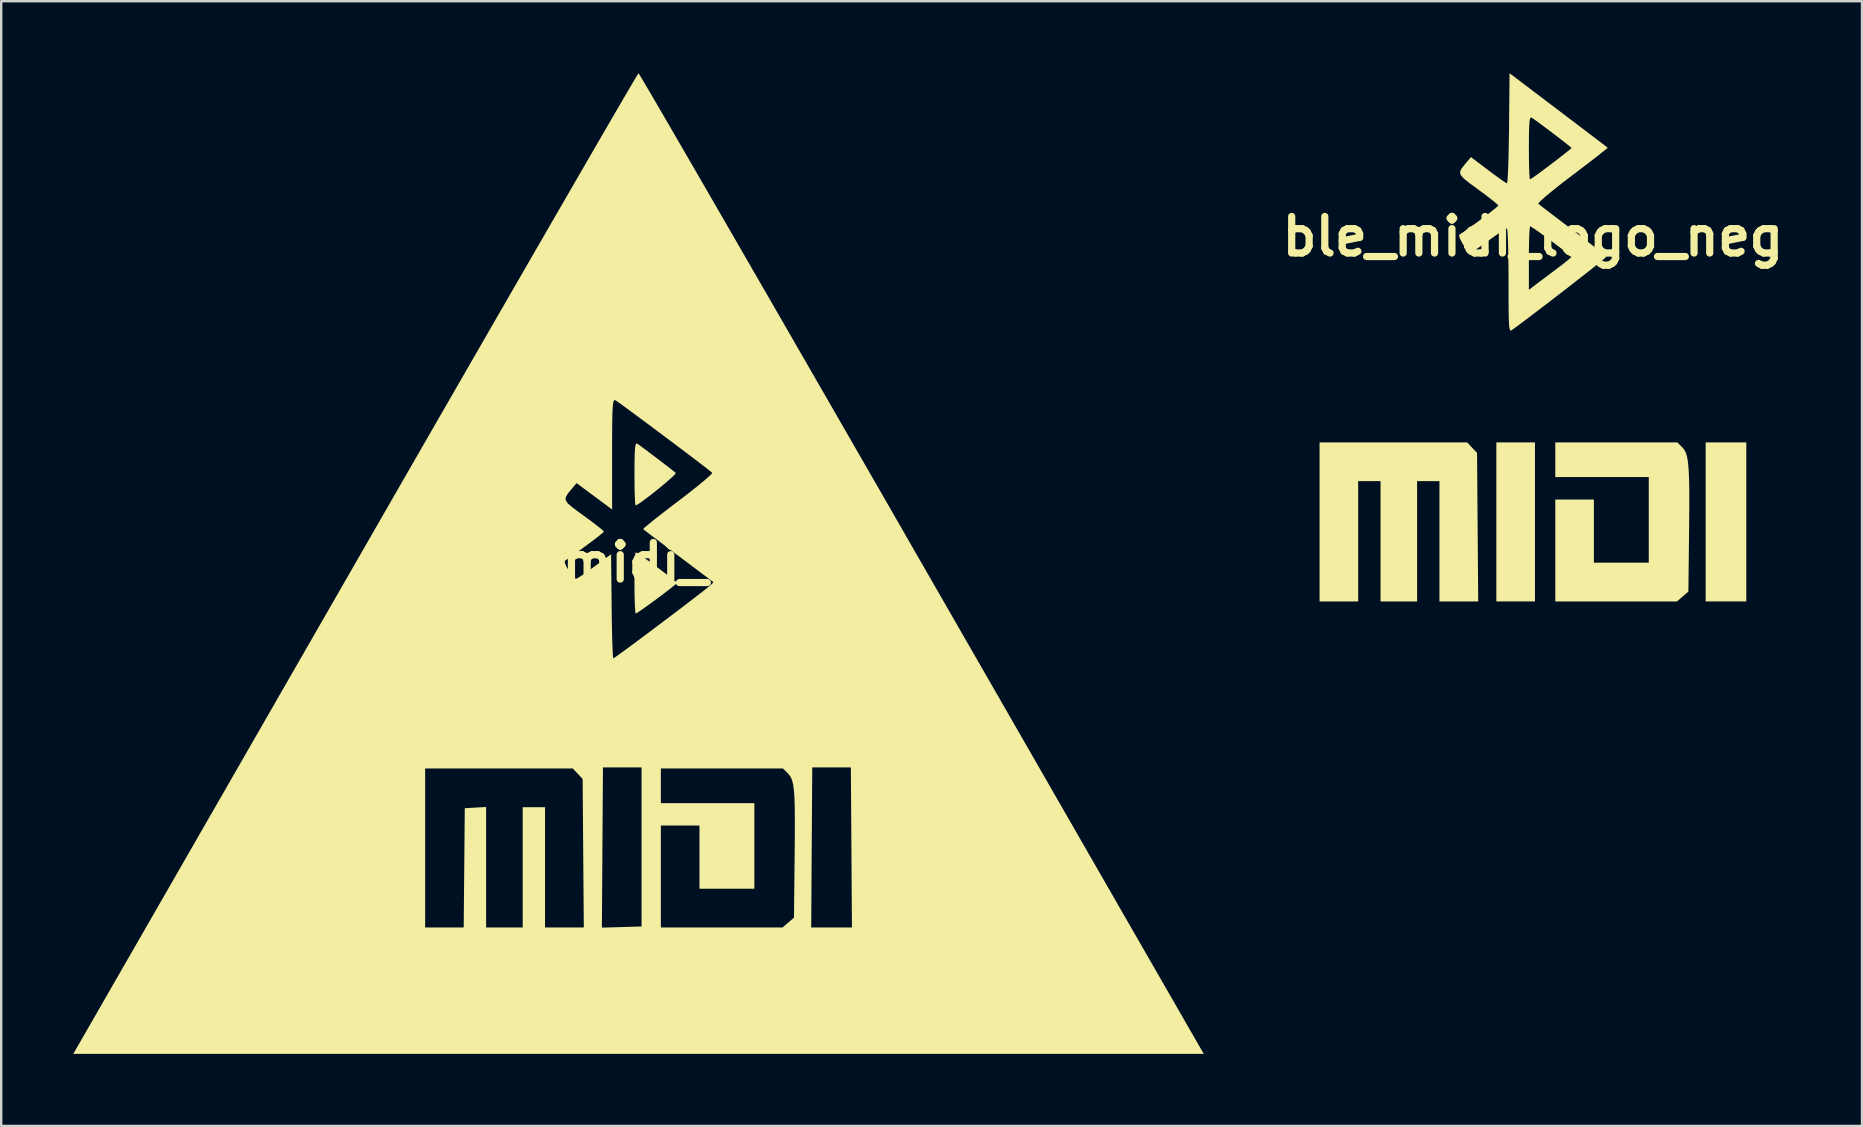
<source format=kicad_pcb>
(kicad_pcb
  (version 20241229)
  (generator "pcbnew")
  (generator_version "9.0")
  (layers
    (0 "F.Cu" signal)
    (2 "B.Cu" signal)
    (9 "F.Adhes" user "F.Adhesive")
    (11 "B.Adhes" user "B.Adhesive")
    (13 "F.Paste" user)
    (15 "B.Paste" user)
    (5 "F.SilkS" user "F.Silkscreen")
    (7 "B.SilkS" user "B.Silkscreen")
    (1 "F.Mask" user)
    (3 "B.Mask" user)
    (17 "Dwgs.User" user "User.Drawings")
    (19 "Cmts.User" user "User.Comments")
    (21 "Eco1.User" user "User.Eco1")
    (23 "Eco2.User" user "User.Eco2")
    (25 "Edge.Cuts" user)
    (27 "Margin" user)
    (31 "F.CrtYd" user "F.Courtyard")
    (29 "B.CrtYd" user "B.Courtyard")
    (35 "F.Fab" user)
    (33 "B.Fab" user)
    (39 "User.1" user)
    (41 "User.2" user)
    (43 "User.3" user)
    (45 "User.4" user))
  (footprint "ble_midi_logo"
    (layer "F.Cu")
    (at 23.554 20.388)
    (property "Reference" "ble_midi_logo" (at 0 0 0) (layer "F.SilkS") (effects (font (size 1.524 1.524) (thickness 0.3))))
    (attr board_only exclude_from_pos_files exclude_from_bom)
    (fp_poly (pts (xy -0.064 -4.96) (xy 0.037 -4.89) (xy 0.237 -4.742) (xy 0.502 -4.544) (xy 0.796 -4.321) (xy 1.084 -4.101) (xy 1.332 -3.909) (xy 1.505 -3.773) (xy 1.553 -3.733) (xy 1.512 -3.668) (xy 1.364 -3.525) (xy 1.14 -3.329) (xy 0.87 -3.104) (xy 0.584 -2.874) (xy 0.31 -2.664) (xy 0.08 -2.496) (xy -0.077 -2.396) (xy -0.123 -2.379) (xy -0.139 -2.459) (xy -0.152 -2.68) (xy -0.163 -3.013) (xy -0.168 -3.43) (xy -0.169 -3.7) (xy -0.166 -4.217) (xy -0.157 -4.583) (xy -0.139 -4.817) (xy -0.111 -4.938) (xy -0.072 -4.964)) (stroke (width 0) (type solid)) (fill yes) (layer "F.SilkS"))
    (fp_poly (pts (xy -0.029 -0.377) (xy 0.158 -0.251) (xy 0.413 -0.07) (xy 0.704 0.142) (xy 0.999 0.363) (xy 1.266 0.567) (xy 1.474 0.731) (xy 1.589 0.831) (xy 1.603 0.849) (xy 1.539 0.914) (xy 1.369 1.052) (xy 1.124 1.241) (xy 0.838 1.457) (xy 0.541 1.676) (xy 0.266 1.874) (xy 0.044 2.028) (xy -0.091 2.114) (xy -0.116 2.124) (xy -0.134 2.044) (xy -0.15 1.823) (xy -0.162 1.491) (xy -0.168 1.078) (xy -0.169 0.849) (xy -0.166 0.406) (xy -0.157 0.03) (xy -0.143 -0.25) (xy -0.125 -0.404) (xy -0.116 -0.425)) (stroke (width 0) (type solid)) (fill yes) (layer "F.SilkS"))
    (fp_poly (pts (xy 0.047 -20.315) (xy 0.175 -20.101) (xy 0.381 -19.752) (xy 0.661 -19.274) (xy 1.012 -18.672) (xy 1.43 -17.952) (xy 1.912 -17.121) (xy 2.454 -16.185) (xy 3.053 -15.149) (xy 3.706 -14.019) (xy 4.409 -12.802) (xy 5.159 -11.503) (xy 5.952 -10.128) (xy 6.784 -8.684) (xy 7.653 -7.176) (xy 8.555 -5.609) (xy 9.486 -3.991) (xy 10.444 -2.327) (xy 11.423 -0.623) (xy 11.647 -0.234) (xy 12.633 1.482) (xy 13.598 3.161) (xy 14.539 4.797) (xy 15.451 6.384) (xy 16.332 7.916) (xy 17.177 9.387) (xy 17.984 10.79) (xy 18.749 12.121) (xy 19.468 13.372) (xy 20.138 14.538) (xy 20.756 15.612) (xy 21.318 16.589) (xy 21.82 17.463) (xy 22.259 18.226) (xy 22.632 18.874) (xy 22.935 19.401) (xy 23.164 19.8) (xy 23.316 20.064) (xy 23.388 20.189) (xy 23.393 20.197) (xy 23.554 20.473) (xy -23.554 20.473) (xy -23.393 20.197) (xy -23.337 20.101) (xy -23.201 19.863) (xy -22.986 19.491) (xy -22.698 18.989) (xy -22.339 18.365) (xy -21.913 17.623) (xy -21.423 16.771) (xy -20.873 15.815) (xy -20.526 15.212) (xy -1.526 15.212) (xy -1.316 15.206) (xy 0.931 15.206) (xy 6.002 15.206) (xy 7.195 15.206) (xy 8.892 15.206) (xy 8.848 8.537) (xy 7.239 8.537) (xy 7.217 11.872) (xy 7.195 15.206) (xy 6.002 15.206) (xy 6.239 15.001) (xy 6.477 14.796) (xy 6.504 12.261) (xy 6.512 11.435) (xy 6.514 10.761) (xy 6.509 10.222) (xy 6.497 9.799) (xy 6.474 9.476) (xy 6.44 9.234) (xy 6.394 9.056) (xy 6.333 8.925) (xy 6.258 8.821) (xy 6.22 8.782) (xy 6.019 8.58) (xy 0.931 8.58) (xy 0.931 10.024) (xy 4.826 10.024) (xy 4.826 13.592) (xy 2.54 13.592) (xy 2.54 10.959) (xy 0.931 10.959) (xy 0.931 15.206) (xy -1.316 15.206) (xy -0.699 15.188) (xy 0.127 15.164) (xy 0.127 8.537) (xy -1.482 8.537) (xy -1.504 11.875) (xy -1.526 15.212) (xy -20.526 15.212) (xy -20.523 15.206) (xy -8.89 15.206) (xy -7.284 15.206) (xy -7.261 12.721) (xy -7.239 10.236) (xy -6.35 10.185) (xy -6.35 15.206) (xy -4.826 15.206) (xy -4.826 10.194) (xy -3.895 10.194) (xy -3.895 15.206) (xy -2.28 15.206) (xy -2.328 9.018) (xy -2.534 8.799) (xy -2.739 8.58) (xy -8.89 8.58) (xy -8.89 15.206) (xy -20.523 15.206) (xy -20.266 14.759) (xy -19.606 13.611) (xy -18.896 12.376) (xy -18.14 11.061) (xy -17.341 9.672) (xy -16.503 8.214) (xy -15.629 6.693) (xy -14.723 5.117) (xy -13.788 3.49) (xy -12.827 1.819) (xy -11.845 0.111) (xy -11.791 0.016) (xy -3.07 0.016) (xy -2.996 0.185) (xy -2.877 0.383) (xy -2.745 0.561) (xy -2.632 0.667) (xy -2.601 0.678) (xy -2.508 0.631) (xy -2.313 0.504) (xy -2.046 0.318) (xy -1.839 0.167) (xy -1.143 -0.345) (xy -1.12 1.824) (xy -1.113 2.411) (xy -1.102 2.937) (xy -1.09 3.381) (xy -1.076 3.72) (xy -1.062 3.931) (xy -1.051 3.993) (xy -0.973 3.944) (xy -0.778 3.805) (xy -0.484 3.591) (xy -0.108 3.313) (xy 0.333 2.985) (xy 0.82 2.619) (xy 0.874 2.578) (xy 1.375 2.2) (xy 1.839 1.848) (xy 2.247 1.536) (xy 2.579 1.28) (xy 2.816 1.095) (xy 2.937 0.996) (xy 2.94 0.994) (xy 3.128 0.824) (xy 1.678 -0.267) (xy 1.248 -0.59) (xy 0.866 -0.879) (xy 0.551 -1.117) (xy 0.324 -1.29) (xy 0.206 -1.382) (xy 0.193 -1.392) (xy 0.247 -1.451) (xy 0.419 -1.596) (xy 0.688 -1.813) (xy 1.037 -2.086) (xy 1.446 -2.4) (xy 1.649 -2.554) (xy 2.078 -2.883) (xy 2.452 -3.18) (xy 2.754 -3.428) (xy 2.965 -3.614) (xy 3.067 -3.72) (xy 3.072 -3.739) (xy 2.939 -3.846) (xy 2.7 -4.032) (xy 2.375 -4.281) (xy 1.986 -4.576) (xy 1.553 -4.902) (xy 1.097 -5.244) (xy 0.64 -5.586) (xy 0.202 -5.912) (xy -0.195 -6.206) (xy -0.532 -6.454) (xy -0.787 -6.639) (xy -0.938 -6.745) (xy -0.97 -6.764) (xy -1.009 -6.763) (xy -1.04 -6.716) (xy -1.063 -6.605) (xy -1.079 -6.412) (xy -1.09 -6.119) (xy -1.097 -5.708) (xy -1.1 -5.162) (xy -1.101 -4.512) (xy -1.101 -2.21) (xy -2.582 -3.309) (xy -2.777 -3.077) (xy -2.939 -2.88) (xy -3.03 -2.732) (xy -3.038 -2.604) (xy -2.95 -2.468) (xy -2.755 -2.298) (xy -2.44 -2.065) (xy -2.285 -1.953) (xy -1.962 -1.715) (xy -1.696 -1.512) (xy -1.514 -1.362) (xy -1.442 -1.289) (xy -1.442 -1.287) (xy -1.506 -1.224) (xy -1.677 -1.087) (xy -1.922 -0.898) (xy -2.209 -0.683) (xy -2.506 -0.465) (xy -2.781 -0.268) (xy -3.003 -0.115) (xy -3.069 -0.073) (xy -3.07 0.016) (xy -11.791 0.016) (xy -11.647 -0.234) (xy -10.663 -1.946) (xy -9.7 -3.62) (xy -8.763 -5.249) (xy -7.854 -6.827) (xy -6.977 -8.349) (xy -6.136 -9.809) (xy -5.334 -11.2) (xy -4.574 -12.516) (xy -3.861 -13.752) (xy -3.196 -14.902) (xy -2.584 -15.96) (xy -2.029 -16.919) (xy -1.533 -17.774) (xy -1.1 -18.52) (xy -0.734 -19.148) (xy -0.438 -19.655) (xy -0.215 -20.034) (xy -0.069 -20.279) (xy -0.003 -20.384) (xy -0.000001 -20.388)) (stroke (width 0) (type solid)) (fill yes) (layer "F.SilkS")))
  (footprint "ble_midi_logo_neg"
    (layer "F.Cu")
    (at 60.82 6.803)
    (property "Reference" "ble_midi_logo_neg" (at 0 0 0) (layer "F.SilkS") (effects (font (size 1.524 1.524) (thickness 0.3))))
    (attr board_only exclude_from_pos_files exclude_from_bom)
    (fp_poly (pts (xy 0.085 15.206) (xy -1.524 15.206) (xy -1.524 8.58) (xy 0.085 8.58)) (stroke (width 0) (type solid)) (fill yes) (layer "F.SilkS"))
    (fp_poly (pts (xy 8.89 15.206) (xy 7.197 15.206) (xy 7.197 8.58) (xy 8.89 8.58)) (stroke (width 0) (type solid)) (fill yes) (layer "F.SilkS"))
    (fp_poly (pts (xy -2.534 8.799) (xy -2.328 9.018) (xy -2.28 15.206) (xy -3.895 15.206) (xy -3.895 10.194) (xy -4.826 10.194) (xy -4.826 15.206) (xy -6.35 15.206) (xy -6.35 10.194) (xy -7.281 10.194) (xy -7.281 15.206) (xy -8.89 15.206) (xy -8.89 8.58) (xy -2.739 8.58)) (stroke (width 0) (type solid)) (fill yes) (layer "F.SilkS"))
    (fp_poly (pts (xy 6.219 8.781) (xy 6.303 8.882) (xy 6.371 9.011) (xy 6.424 9.186) (xy 6.463 9.424) (xy 6.49 9.742) (xy 6.507 10.157) (xy 6.515 10.686) (xy 6.514 11.348) (xy 6.507 12.158) (xy 6.505 12.346) (xy 6.477 14.796) (xy 6.239 15.001) (xy 6.002 15.206) (xy 0.931 15.206) (xy 0.931 10.959) (xy 2.54 10.959) (xy 2.54 13.592) (xy 4.826 13.592) (xy 4.826 10.024) (xy 0.931 10.024) (xy 0.931 8.58) (xy 6.019 8.58)) (stroke (width 0) (type solid)) (fill yes) (layer "F.SilkS"))
    (fp_poly (pts (xy 1.058 -5.262) (xy 1.568 -4.876) (xy 2.033 -4.523) (xy 2.435 -4.217) (xy 2.759 -3.971) (xy 2.987 -3.797) (xy 3.103 -3.708) (xy 3.114 -3.699) (xy 3.056 -3.644) (xy 2.881 -3.503) (xy 2.609 -3.289) (xy 2.258 -3.019) (xy 1.847 -2.706) (xy 1.644 -2.553) (xy 1.214 -2.224) (xy 0.84 -1.927) (xy 0.538 -1.678) (xy 0.328 -1.492) (xy 0.228 -1.383) (xy 0.224 -1.363) (xy 0.311 -1.294) (xy 0.511 -1.139) (xy 0.804 -0.915) (xy 1.168 -0.638) (xy 1.581 -0.324) (xy 1.672 -0.254) (xy 2.088 0.064) (xy 2.453 0.35) (xy 2.747 0.586) (xy 2.951 0.757) (xy 3.044 0.847) (xy 3.048 0.854) (xy 2.984 0.916) (xy 2.804 1.066) (xy 2.528 1.287) (xy 2.175 1.566) (xy 1.766 1.886) (xy 1.318 2.234) (xy 0.852 2.593) (xy 0.388 2.949) (xy -0.056 3.287) (xy -0.459 3.591) (xy -0.803 3.846) (xy -0.864 3.891) (xy -0.91 3.918) (xy -0.946 3.909) (xy -0.973 3.846) (xy -0.992 3.711) (xy -1.004 3.486) (xy -1.011 3.153) (xy -1.015 2.693) (xy -1.016 2.223) (xy -0.169 2.223) (xy 0.034 2.067) (xy 0.189 1.949) (xy 0.44 1.761) (xy 0.743 1.534) (xy 0.92 1.402) (xy 1.207 1.184) (xy 1.434 1.003) (xy 1.574 0.884) (xy 1.603 0.849) (xy 1.539 0.785) (xy 1.369 0.647) (xy 1.124 0.458) (xy 0.838 0.242) (xy 0.541 0.023) (xy 0.266 -0.175) (xy 0.044 -0.329) (xy -0.091 -0.415) (xy -0.116 -0.425) (xy -0.134 -0.345) (xy -0.15 -0.123) (xy -0.161 0.21) (xy -0.168 0.627) (xy -0.169 0.899) (xy -0.169 2.223) (xy -1.016 2.223) (xy -1.016 2.088) (xy -1.016 1.831) (xy -1.019 1.244) (xy -1.026 0.717) (xy -1.037 0.273) (xy -1.052 -0.066) (xy -1.069 -0.277) (xy -1.086 -0.34) (xy -1.179 -0.292) (xy -1.376 -0.165) (xy -1.644 0.022) (xy -1.849 0.17) (xy -2.145 0.383) (xy -2.392 0.553) (xy -2.556 0.656) (xy -2.605 0.678) (xy -2.702 0.613) (xy -2.829 0.456) (xy -2.955 0.259) (xy -3.048 0.072) (xy -3.077 -0.054) (xy -3.065 -0.074) (xy -2.877 -0.199) (xy -2.621 -0.38) (xy -2.33 -0.591) (xy -2.036 -0.81) (xy -1.77 -1.013) (xy -1.565 -1.175) (xy -1.453 -1.273) (xy -1.441 -1.289) (xy -1.505 -1.358) (xy -1.681 -1.504) (xy -1.942 -1.707) (xy -2.262 -1.945) (xy -2.282 -1.96) (xy -2.645 -2.225) (xy -2.883 -2.417) (xy -3.01 -2.562) (xy -3.038 -2.689) (xy -2.978 -2.825) (xy -2.843 -2.998) (xy -2.777 -3.076) (xy -2.582 -3.307) (xy -1.863 -2.763) (xy -1.562 -2.539) (xy -1.31 -2.359) (xy -1.139 -2.244) (xy -1.081 -2.214) (xy -1.064 -2.294) (xy -1.047 -2.522) (xy -1.031 -2.876) (xy -1.016 -3.335) (xy -1.009 -3.7) (xy -0.169 -3.7) (xy -0.167 -3.248) (xy -0.159 -2.863) (xy -0.147 -2.572) (xy -0.132 -2.407) (xy -0.123 -2.379) (xy -0.042 -2.427) (xy 0.147 -2.559) (xy 0.415 -2.755) (xy 0.736 -2.996) (xy 0.766 -3.019) (xy 1.086 -3.264) (xy 1.35 -3.471) (xy 1.533 -3.618) (xy 1.608 -3.686) (xy 1.609 -3.688) (xy 1.546 -3.746) (xy 1.378 -3.88) (xy 1.137 -4.067) (xy 0.855 -4.283) (xy 0.563 -4.503) (xy 0.292 -4.705) (xy 0.075 -4.863) (xy -0.058 -4.955) (xy -0.064 -4.958) (xy -0.105 -4.948) (xy -0.135 -4.847) (xy -0.154 -4.636) (xy -0.165 -4.297) (xy -0.169 -3.81) (xy -0.169 -3.7) (xy -1.009 -3.7) (xy -1.005 -3.876) (xy -0.996 -4.479) (xy -0.996 -4.506) (xy -0.974 -6.803)) (stroke (width 0) (type solid)) (fill yes) (layer "F.SilkS")))
  (gr_rect
    (start -3 -3)
    (end 74.531 43.861)
    (stroke (width 0.1) (type default))
    (fill no)
    (layer "Edge.Cuts")))
</source>
